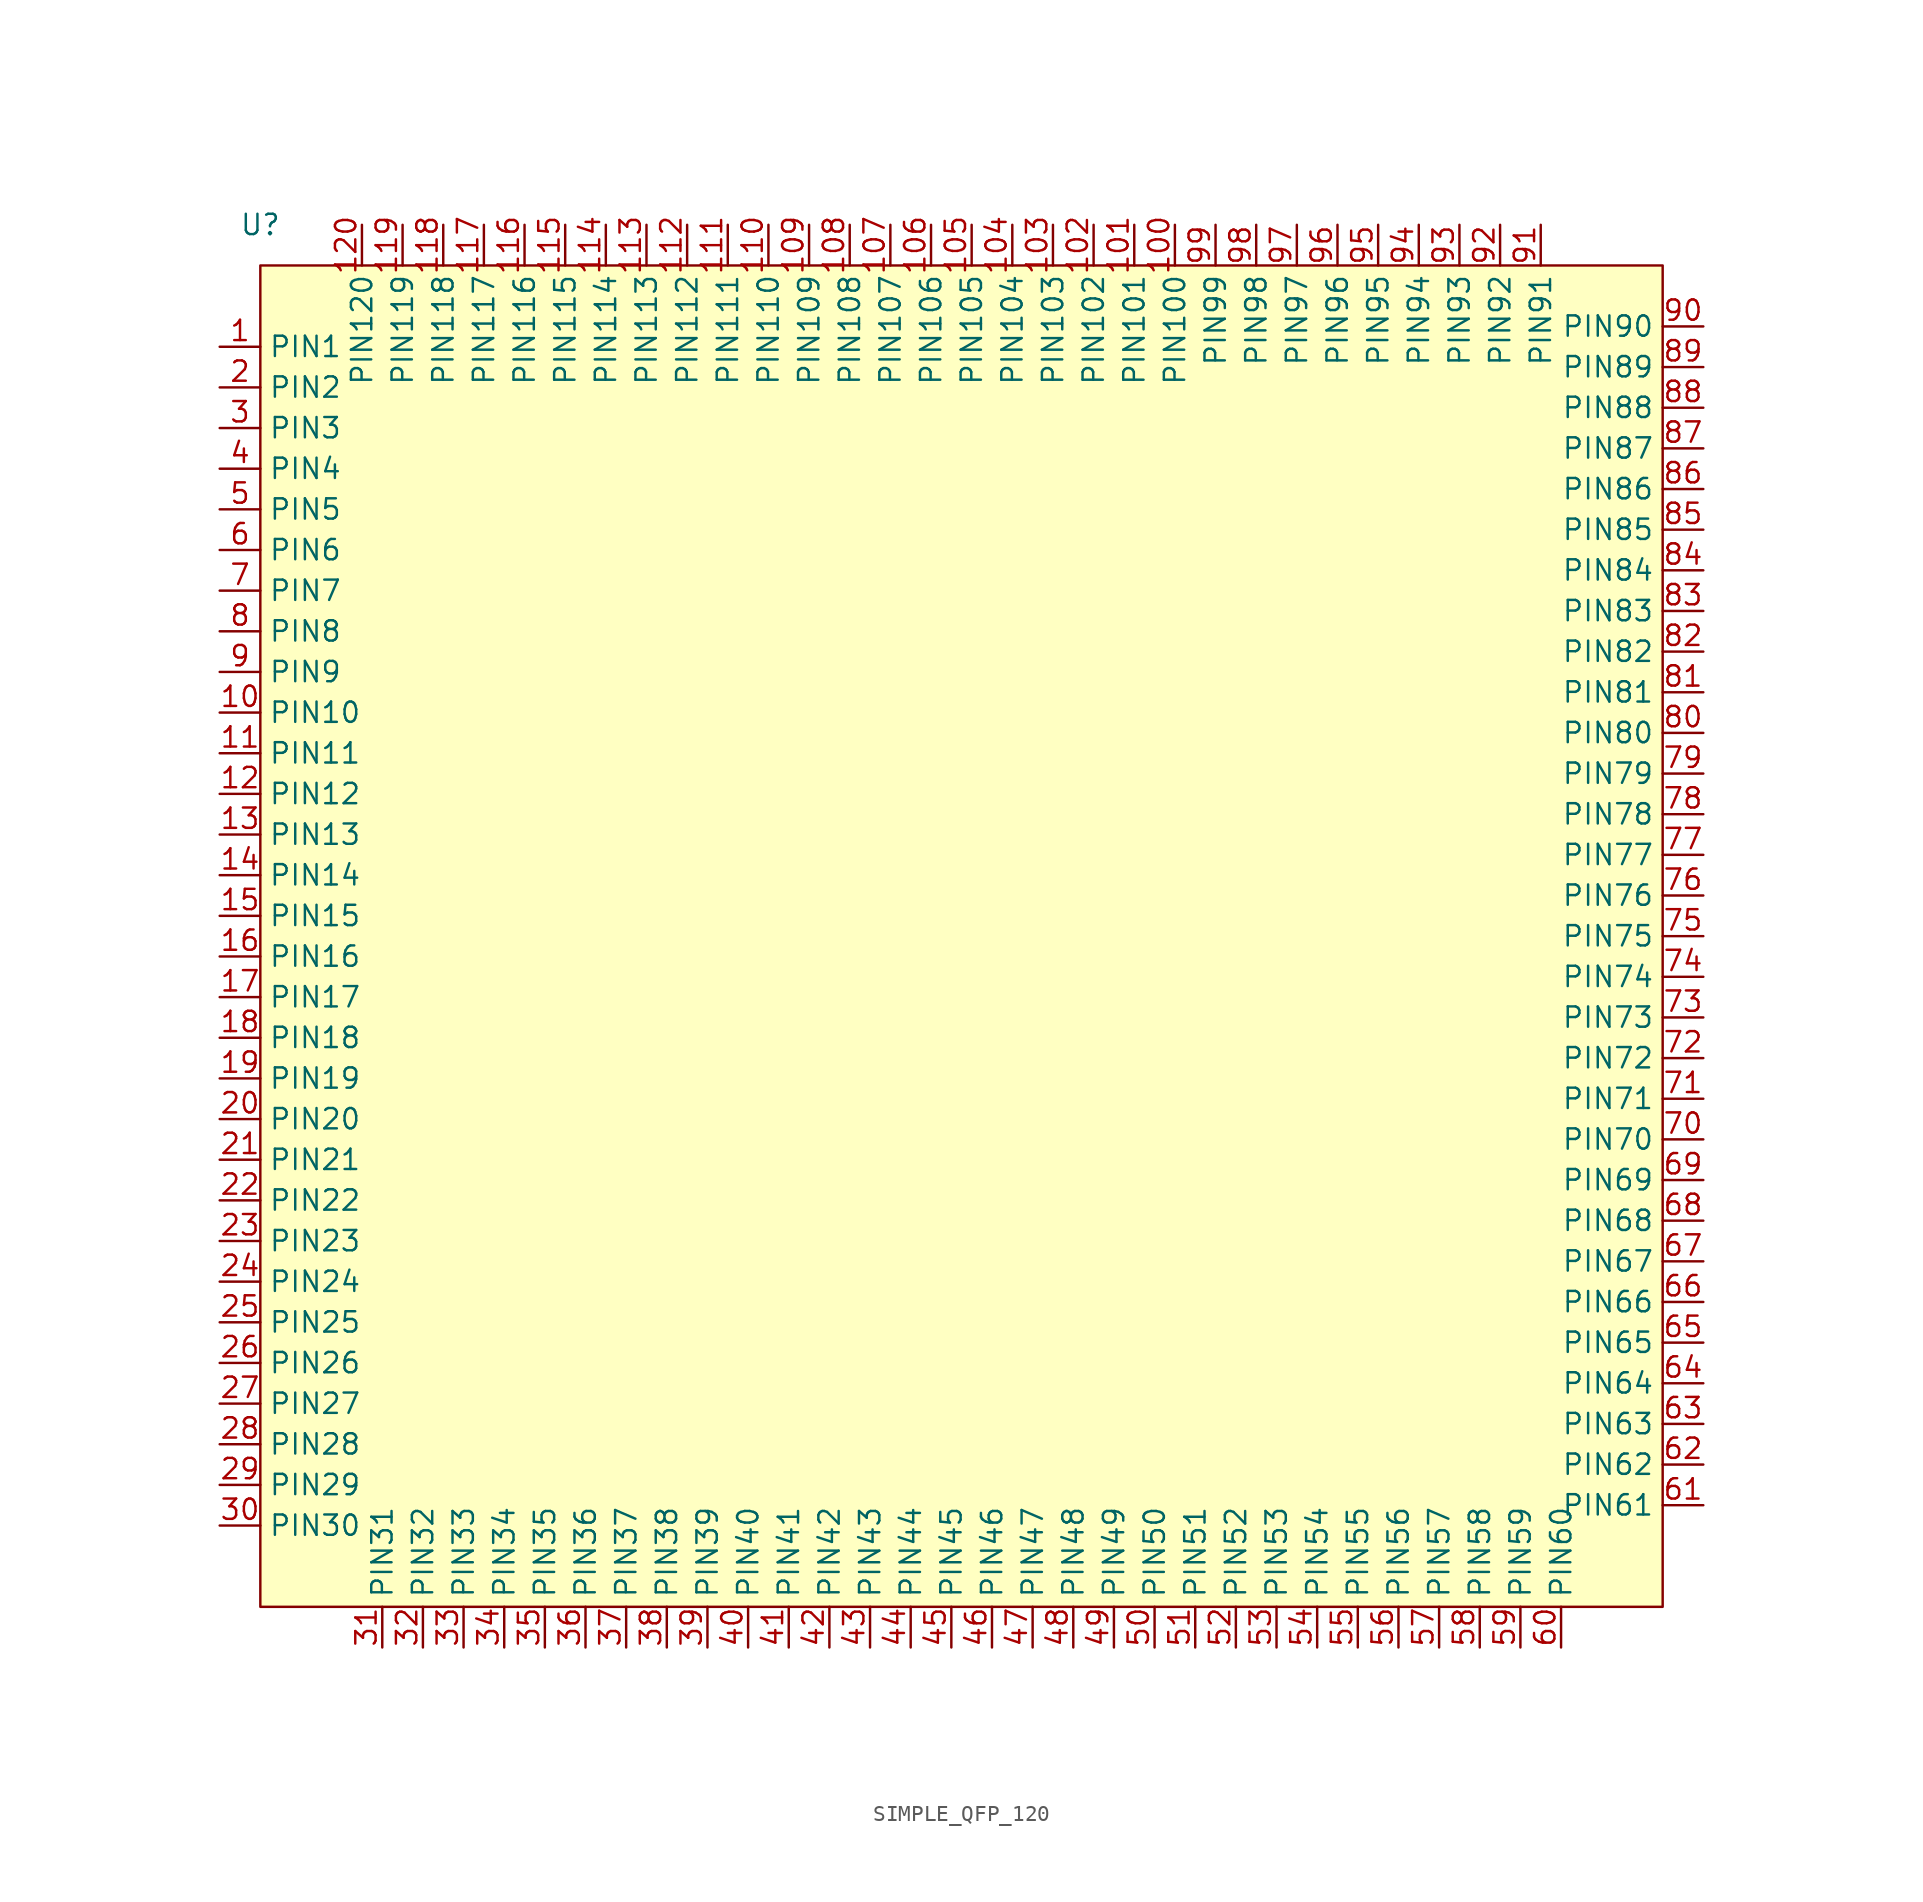
<source format=kicad_sym>
(kicad_symbol_lib
  (version 20220914)
  (generator kicad_symbol_editor)
  (symbol "SIMPLE_QFP_120"
    (property "Reference" "U"
      (at -41.91 44.45 0)
      (effects (font (size 1.27 1.27))))
    (property "Value" ""
      (at 38.1 2.54 0)
      (effects (font (size 1.27 1.27))))
    (symbol "SIMPLE_QFP_120_1_1"
      (rectangle (start -41.91 41.91) (end 45.72 -41.91) (stroke (width 0) (type default)) (fill (type background)))
      (pin input line (at -44.45 36.83 0) (length 2.54) (name "PIN1" (effects (font (size 1.27 1.27)))) (number "1" (effects (font (size 1.27 1.27)))))
      (pin input line (at -44.45 13.97 0) (length 2.54) (name "PIN10" (effects (font (size 1.27 1.27)))) (number "10" (effects (font (size 1.27 1.27)))))
      (pin unspecified line (at 15.24 44.45 270) (length 2.54) (name "PIN100" (effects (font (size 1.27 1.27)))) (number "100" (effects (font (size 1.27 1.27)))))
      (pin unspecified line (at 12.7 44.45 270) (length 2.54) (name "PIN101" (effects (font (size 1.27 1.27)))) (number "101" (effects (font (size 1.27 1.27)))))
      (pin unspecified line (at 10.16 44.45 270) (length 2.54) (name "PIN102" (effects (font (size 1.27 1.27)))) (number "102" (effects (font (size 1.27 1.27)))))
      (pin unspecified line (at 7.62 44.45 270) (length 2.54) (name "PIN103" (effects (font (size 1.27 1.27)))) (number "103" (effects (font (size 1.27 1.27)))))
      (pin unspecified line (at 5.08 44.45 270) (length 2.54) (name "PIN104" (effects (font (size 1.27 1.27)))) (number "104" (effects (font (size 1.27 1.27)))))
      (pin unspecified line (at 2.54 44.45 270) (length 2.54) (name "PIN105" (effects (font (size 1.27 1.27)))) (number "105" (effects (font (size 1.27 1.27)))))
      (pin unspecified line (at 0 44.45 270) (length 2.54) (name "PIN106" (effects (font (size 1.27 1.27)))) (number "106" (effects (font (size 1.27 1.27)))))
      (pin unspecified line (at -2.54 44.45 270) (length 2.54) (name "PIN107" (effects (font (size 1.27 1.27)))) (number "107" (effects (font (size 1.27 1.27)))))
      (pin unspecified line (at -5.08 44.45 270) (length 2.54) (name "PIN108" (effects (font (size 1.27 1.27)))) (number "108" (effects (font (size 1.27 1.27)))))
      (pin unspecified line (at -7.62 44.45 270) (length 2.54) (name "PIN109" (effects (font (size 1.27 1.27)))) (number "109" (effects (font (size 1.27 1.27)))))
      (pin input line (at -44.45 11.43 0) (length 2.54) (name "PIN11" (effects (font (size 1.27 1.27)))) (number "11" (effects (font (size 1.27 1.27)))))
      (pin unspecified line (at -10.16 44.45 270) (length 2.54) (name "PIN110" (effects (font (size 1.27 1.27)))) (number "110" (effects (font (size 1.27 1.27)))))
      (pin unspecified line (at -12.7 44.45 270) (length 2.54) (name "PIN111" (effects (font (size 1.27 1.27)))) (number "111" (effects (font (size 1.27 1.27)))))
      (pin unspecified line (at -15.24 44.45 270) (length 2.54) (name "PIN112" (effects (font (size 1.27 1.27)))) (number "112" (effects (font (size 1.27 1.27)))))
      (pin unspecified line (at -17.78 44.45 270) (length 2.54) (name "PIN113" (effects (font (size 1.27 1.27)))) (number "113" (effects (font (size 1.27 1.27)))))
      (pin unspecified line (at -20.32 44.45 270) (length 2.54) (name "PIN114" (effects (font (size 1.27 1.27)))) (number "114" (effects (font (size 1.27 1.27)))))
      (pin unspecified line (at -22.86 44.45 270) (length 2.54) (name "PIN115" (effects (font (size 1.27 1.27)))) (number "115" (effects (font (size 1.27 1.27)))))
      (pin unspecified line (at -25.4 44.45 270) (length 2.54) (name "PIN116" (effects (font (size 1.27 1.27)))) (number "116" (effects (font (size 1.27 1.27)))))
      (pin unspecified line (at -27.94 44.45 270) (length 2.54) (name "PIN117" (effects (font (size 1.27 1.27)))) (number "117" (effects (font (size 1.27 1.27)))))
      (pin unspecified line (at -30.48 44.45 270) (length 2.54) (name "PIN118" (effects (font (size 1.27 1.27)))) (number "118" (effects (font (size 1.27 1.27)))))
      (pin unspecified line (at -33.02 44.45 270) (length 2.54) (name "PIN119" (effects (font (size 1.27 1.27)))) (number "119" (effects (font (size 1.27 1.27)))))
      (pin input line (at -44.45 8.89 0) (length 2.54) (name "PIN12" (effects (font (size 1.27 1.27)))) (number "12" (effects (font (size 1.27 1.27)))))
      (pin unspecified line (at -35.56 44.45 270) (length 2.54) (name "PIN120" (effects (font (size 1.27 1.27)))) (number "120" (effects (font (size 1.27 1.27)))))
      (pin input line (at -44.45 6.35 0) (length 2.54) (name "PIN13" (effects (font (size 1.27 1.27)))) (number "13" (effects (font (size 1.27 1.27)))))
      (pin input line (at -44.45 3.81 0) (length 2.54) (name "PIN14" (effects (font (size 1.27 1.27)))) (number "14" (effects (font (size 1.27 1.27)))))
      (pin input line (at -44.45 1.27 0) (length 2.54) (name "PIN15" (effects (font (size 1.27 1.27)))) (number "15" (effects (font (size 1.27 1.27)))))
      (pin input line (at -44.45 -1.27 0) (length 2.54) (name "PIN16" (effects (font (size 1.27 1.27)))) (number "16" (effects (font (size 1.27 1.27)))))
      (pin input line (at -44.45 -3.81 0) (length 2.54) (name "PIN17" (effects (font (size 1.27 1.27)))) (number "17" (effects (font (size 1.27 1.27)))))
      (pin input line (at -44.45 -6.35 0) (length 2.54) (name "PIN18" (effects (font (size 1.27 1.27)))) (number "18" (effects (font (size 1.27 1.27)))))
      (pin input line (at -44.45 -8.89 0) (length 2.54) (name "PIN19" (effects (font (size 1.27 1.27)))) (number "19" (effects (font (size 1.27 1.27)))))
      (pin input line (at -44.45 34.29 0) (length 2.54) (name "PIN2" (effects (font (size 1.27 1.27)))) (number "2" (effects (font (size 1.27 1.27)))))
      (pin input line (at -44.45 -11.43 0) (length 2.54) (name "PIN20" (effects (font (size 1.27 1.27)))) (number "20" (effects (font (size 1.27 1.27)))))
      (pin input line (at -44.45 -13.97 0) (length 2.54) (name "PIN21" (effects (font (size 1.27 1.27)))) (number "21" (effects (font (size 1.27 1.27)))))
      (pin input line (at -44.45 -16.51 0) (length 2.54) (name "PIN22" (effects (font (size 1.27 1.27)))) (number "22" (effects (font (size 1.27 1.27)))))
      (pin input line (at -44.45 -19.05 0) (length 2.54) (name "PIN23" (effects (font (size 1.27 1.27)))) (number "23" (effects (font (size 1.27 1.27)))))
      (pin input line (at -44.45 -21.59 0) (length 2.54) (name "PIN24" (effects (font (size 1.27 1.27)))) (number "24" (effects (font (size 1.27 1.27)))))
      (pin input line (at -44.45 -24.13 0) (length 2.54) (name "PIN25" (effects (font (size 1.27 1.27)))) (number "25" (effects (font (size 1.27 1.27)))))
      (pin input line (at -44.45 -26.67 0) (length 2.54) (name "PIN26" (effects (font (size 1.27 1.27)))) (number "26" (effects (font (size 1.27 1.27)))))
      (pin input line (at -44.45 -29.21 0) (length 2.54) (name "PIN27" (effects (font (size 1.27 1.27)))) (number "27" (effects (font (size 1.27 1.27)))))
      (pin input line (at -44.45 -31.75 0) (length 2.54) (name "PIN28" (effects (font (size 1.27 1.27)))) (number "28" (effects (font (size 1.27 1.27)))))
      (pin input line (at -44.45 -34.29 0) (length 2.54) (name "PIN29" (effects (font (size 1.27 1.27)))) (number "29" (effects (font (size 1.27 1.27)))))
      (pin input line (at -44.45 31.75 0) (length 2.54) (name "PIN3" (effects (font (size 1.27 1.27)))) (number "3" (effects (font (size 1.27 1.27)))))
      (pin input line (at -44.45 -36.83 0) (length 2.54) (name "PIN30" (effects (font (size 1.27 1.27)))) (number "30" (effects (font (size 1.27 1.27)))))
      (pin unspecified line (at -34.29 -44.45 90) (length 2.54) (name "PIN31" (effects (font (size 1.27 1.27)))) (number "31" (effects (font (size 1.27 1.27)))))
      (pin unspecified line (at -31.75 -44.45 90) (length 2.54) (name "PIN32" (effects (font (size 1.27 1.27)))) (number "32" (effects (font (size 1.27 1.27)))))
      (pin unspecified line (at -29.21 -44.45 90) (length 2.54) (name "PIN33" (effects (font (size 1.27 1.27)))) (number "33" (effects (font (size 1.27 1.27)))))
      (pin unspecified line (at -26.67 -44.45 90) (length 2.54) (name "PIN34" (effects (font (size 1.27 1.27)))) (number "34" (effects (font (size 1.27 1.27)))))
      (pin unspecified line (at -24.13 -44.45 90) (length 2.54) (name "PIN35" (effects (font (size 1.27 1.27)))) (number "35" (effects (font (size 1.27 1.27)))))
      (pin unspecified line (at -21.59 -44.45 90) (length 2.54) (name "PIN36" (effects (font (size 1.27 1.27)))) (number "36" (effects (font (size 1.27 1.27)))))
      (pin unspecified line (at -19.05 -44.45 90) (length 2.54) (name "PIN37" (effects (font (size 1.27 1.27)))) (number "37" (effects (font (size 1.27 1.27)))))
      (pin unspecified line (at -16.51 -44.45 90) (length 2.54) (name "PIN38" (effects (font (size 1.27 1.27)))) (number "38" (effects (font (size 1.27 1.27)))))
      (pin unspecified line (at -13.97 -44.45 90) (length 2.54) (name "PIN39" (effects (font (size 1.27 1.27)))) (number "39" (effects (font (size 1.27 1.27)))))
      (pin input line (at -44.45 29.21 0) (length 2.54) (name "PIN4" (effects (font (size 1.27 1.27)))) (number "4" (effects (font (size 1.27 1.27)))))
      (pin unspecified line (at -11.43 -44.45 90) (length 2.54) (name "PIN40" (effects (font (size 1.27 1.27)))) (number "40" (effects (font (size 1.27 1.27)))))
      (pin unspecified line (at -8.89 -44.45 90) (length 2.54) (name "PIN41" (effects (font (size 1.27 1.27)))) (number "41" (effects (font (size 1.27 1.27)))))
      (pin unspecified line (at -6.35 -44.45 90) (length 2.54) (name "PIN42" (effects (font (size 1.27 1.27)))) (number "42" (effects (font (size 1.27 1.27)))))
      (pin unspecified line (at -3.81 -44.45 90) (length 2.54) (name "PIN43" (effects (font (size 1.27 1.27)))) (number "43" (effects (font (size 1.27 1.27)))))
      (pin unspecified line (at -1.27 -44.45 90) (length 2.54) (name "PIN44" (effects (font (size 1.27 1.27)))) (number "44" (effects (font (size 1.27 1.27)))))
      (pin unspecified line (at 1.27 -44.45 90) (length 2.54) (name "PIN45" (effects (font (size 1.27 1.27)))) (number "45" (effects (font (size 1.27 1.27)))))
      (pin unspecified line (at 3.81 -44.45 90) (length 2.54) (name "PIN46" (effects (font (size 1.27 1.27)))) (number "46" (effects (font (size 1.27 1.27)))))
      (pin unspecified line (at 6.35 -44.45 90) (length 2.54) (name "PIN47" (effects (font (size 1.27 1.27)))) (number "47" (effects (font (size 1.27 1.27)))))
      (pin unspecified line (at 8.89 -44.45 90) (length 2.54) (name "PIN48" (effects (font (size 1.27 1.27)))) (number "48" (effects (font (size 1.27 1.27)))))
      (pin unspecified line (at 11.43 -44.45 90) (length 2.54) (name "PIN49" (effects (font (size 1.27 1.27)))) (number "49" (effects (font (size 1.27 1.27)))))
      (pin input line (at -44.45 26.67 0) (length 2.54) (name "PIN5" (effects (font (size 1.27 1.27)))) (number "5" (effects (font (size 1.27 1.27)))))
      (pin unspecified line (at 13.97 -44.45 90) (length 2.54) (name "PIN50" (effects (font (size 1.27 1.27)))) (number "50" (effects (font (size 1.27 1.27)))))
      (pin unspecified line (at 16.51 -44.45 90) (length 2.54) (name "PIN51" (effects (font (size 1.27 1.27)))) (number "51" (effects (font (size 1.27 1.27)))))
      (pin unspecified line (at 19.05 -44.45 90) (length 2.54) (name "PIN52" (effects (font (size 1.27 1.27)))) (number "52" (effects (font (size 1.27 1.27)))))
      (pin unspecified line (at 21.59 -44.45 90) (length 2.54) (name "PIN53" (effects (font (size 1.27 1.27)))) (number "53" (effects (font (size 1.27 1.27)))))
      (pin unspecified line (at 24.13 -44.45 90) (length 2.54) (name "PIN54" (effects (font (size 1.27 1.27)))) (number "54" (effects (font (size 1.27 1.27)))))
      (pin unspecified line (at 26.67 -44.45 90) (length 2.54) (name "PIN55" (effects (font (size 1.27 1.27)))) (number "55" (effects (font (size 1.27 1.27)))))
      (pin unspecified line (at 29.21 -44.45 90) (length 2.54) (name "PIN56" (effects (font (size 1.27 1.27)))) (number "56" (effects (font (size 1.27 1.27)))))
      (pin unspecified line (at 31.75 -44.45 90) (length 2.54) (name "PIN57" (effects (font (size 1.27 1.27)))) (number "57" (effects (font (size 1.27 1.27)))))
      (pin unspecified line (at 34.29 -44.45 90) (length 2.54) (name "PIN58" (effects (font (size 1.27 1.27)))) (number "58" (effects (font (size 1.27 1.27)))))
      (pin unspecified line (at 36.83 -44.45 90) (length 2.54) (name "PIN59" (effects (font (size 1.27 1.27)))) (number "59" (effects (font (size 1.27 1.27)))))
      (pin input line (at -44.45 24.13 0) (length 2.54) (name "PIN6" (effects (font (size 1.27 1.27)))) (number "6" (effects (font (size 1.27 1.27)))))
      (pin unspecified line (at 39.37 -44.45 90) (length 2.54) (name "PIN60" (effects (font (size 1.27 1.27)))) (number "60" (effects (font (size 1.27 1.27)))))
      (pin unspecified line (at 48.26 -35.56 180) (length 2.54) (name "PIN61" (effects (font (size 1.27 1.27)))) (number "61" (effects (font (size 1.27 1.27)))))
      (pin unspecified line (at 48.26 -33.02 180) (length 2.54) (name "PIN62" (effects (font (size 1.27 1.27)))) (number "62" (effects (font (size 1.27 1.27)))))
      (pin unspecified line (at 48.26 -30.48 180) (length 2.54) (name "PIN63" (effects (font (size 1.27 1.27)))) (number "63" (effects (font (size 1.27 1.27)))))
      (pin unspecified line (at 48.26 -27.94 180) (length 2.54) (name "PIN64" (effects (font (size 1.27 1.27)))) (number "64" (effects (font (size 1.27 1.27)))))
      (pin unspecified line (at 48.26 -25.4 180) (length 2.54) (name "PIN65" (effects (font (size 1.27 1.27)))) (number "65" (effects (font (size 1.27 1.27)))))
      (pin unspecified line (at 48.26 -22.86 180) (length 2.54) (name "PIN66" (effects (font (size 1.27 1.27)))) (number "66" (effects (font (size 1.27 1.27)))))
      (pin unspecified line (at 48.26 -20.32 180) (length 2.54) (name "PIN67" (effects (font (size 1.27 1.27)))) (number "67" (effects (font (size 1.27 1.27)))))
      (pin unspecified line (at 48.26 -17.78 180) (length 2.54) (name "PIN68" (effects (font (size 1.27 1.27)))) (number "68" (effects (font (size 1.27 1.27)))))
      (pin unspecified line (at 48.26 -15.24 180) (length 2.54) (name "PIN69" (effects (font (size 1.27 1.27)))) (number "69" (effects (font (size 1.27 1.27)))))
      (pin input line (at -44.45 21.59 0) (length 2.54) (name "PIN7" (effects (font (size 1.27 1.27)))) (number "7" (effects (font (size 1.27 1.27)))))
      (pin unspecified line (at 48.26 -12.7 180) (length 2.54) (name "PIN70" (effects (font (size 1.27 1.27)))) (number "70" (effects (font (size 1.27 1.27)))))
      (pin unspecified line (at 48.26 -10.16 180) (length 2.54) (name "PIN71" (effects (font (size 1.27 1.27)))) (number "71" (effects (font (size 1.27 1.27)))))
      (pin unspecified line (at 48.26 -7.62 180) (length 2.54) (name "PIN72" (effects (font (size 1.27 1.27)))) (number "72" (effects (font (size 1.27 1.27)))))
      (pin unspecified line (at 48.26 -5.08 180) (length 2.54) (name "PIN73" (effects (font (size 1.27 1.27)))) (number "73" (effects (font (size 1.27 1.27)))))
      (pin unspecified line (at 48.26 -2.54 180) (length 2.54) (name "PIN74" (effects (font (size 1.27 1.27)))) (number "74" (effects (font (size 1.27 1.27)))))
      (pin unspecified line (at 48.26 0 180) (length 2.54) (name "PIN75" (effects (font (size 1.27 1.27)))) (number "75" (effects (font (size 1.27 1.27)))))
      (pin unspecified line (at 48.26 2.54 180) (length 2.54) (name "PIN76" (effects (font (size 1.27 1.27)))) (number "76" (effects (font (size 1.27 1.27)))))
      (pin unspecified line (at 48.26 5.08 180) (length 2.54) (name "PIN77" (effects (font (size 1.27 1.27)))) (number "77" (effects (font (size 1.27 1.27)))))
      (pin unspecified line (at 48.26 7.62 180) (length 2.54) (name "PIN78" (effects (font (size 1.27 1.27)))) (number "78" (effects (font (size 1.27 1.27)))))
      (pin unspecified line (at 48.26 10.16 180) (length 2.54) (name "PIN79" (effects (font (size 1.27 1.27)))) (number "79" (effects (font (size 1.27 1.27)))))
      (pin input line (at -44.45 19.05 0) (length 2.54) (name "PIN8" (effects (font (size 1.27 1.27)))) (number "8" (effects (font (size 1.27 1.27)))))
      (pin unspecified line (at 48.26 12.7 180) (length 2.54) (name "PIN80" (effects (font (size 1.27 1.27)))) (number "80" (effects (font (size 1.27 1.27)))))
      (pin unspecified line (at 48.26 15.24 180) (length 2.54) (name "PIN81" (effects (font (size 1.27 1.27)))) (number "81" (effects (font (size 1.27 1.27)))))
      (pin unspecified line (at 48.26 17.78 180) (length 2.54) (name "PIN82" (effects (font (size 1.27 1.27)))) (number "82" (effects (font (size 1.27 1.27)))))
      (pin unspecified line (at 48.26 20.32 180) (length 2.54) (name "PIN83" (effects (font (size 1.27 1.27)))) (number "83" (effects (font (size 1.27 1.27)))))
      (pin unspecified line (at 48.26 22.86 180) (length 2.54) (name "PIN84" (effects (font (size 1.27 1.27)))) (number "84" (effects (font (size 1.27 1.27)))))
      (pin unspecified line (at 48.26 25.4 180) (length 2.54) (name "PIN85" (effects (font (size 1.27 1.27)))) (number "85" (effects (font (size 1.27 1.27)))))
      (pin unspecified line (at 48.26 27.94 180) (length 2.54) (name "PIN86" (effects (font (size 1.27 1.27)))) (number "86" (effects (font (size 1.27 1.27)))))
      (pin unspecified line (at 48.26 30.48 180) (length 2.54) (name "PIN87" (effects (font (size 1.27 1.27)))) (number "87" (effects (font (size 1.27 1.27)))))
      (pin unspecified line (at 48.26 33.02 180) (length 2.54) (name "PIN88" (effects (font (size 1.27 1.27)))) (number "88" (effects (font (size 1.27 1.27)))))
      (pin unspecified line (at 48.26 35.56 180) (length 2.54) (name "PIN89" (effects (font (size 1.27 1.27)))) (number "89" (effects (font (size 1.27 1.27)))))
      (pin input line (at -44.45 16.51 0) (length 2.54) (name "PIN9" (effects (font (size 1.27 1.27)))) (number "9" (effects (font (size 1.27 1.27)))))
      (pin unspecified line (at 48.26 38.1 180) (length 2.54) (name "PIN90" (effects (font (size 1.27 1.27)))) (number "90" (effects (font (size 1.27 1.27)))))
      (pin unspecified line (at 38.1 44.45 270) (length 2.54) (name "PIN91" (effects (font (size 1.27 1.27)))) (number "91" (effects (font (size 1.27 1.27)))))
      (pin unspecified line (at 35.56 44.45 270) (length 2.54) (name "PIN92" (effects (font (size 1.27 1.27)))) (number "92" (effects (font (size 1.27 1.27)))))
      (pin unspecified line (at 33.02 44.45 270) (length 2.54) (name "PIN93" (effects (font (size 1.27 1.27)))) (number "93" (effects (font (size 1.27 1.27)))))
      (pin unspecified line (at 30.48 44.45 270) (length 2.54) (name "PIN94" (effects (font (size 1.27 1.27)))) (number "94" (effects (font (size 1.27 1.27)))))
      (pin unspecified line (at 27.94 44.45 270) (length 2.54) (name "PIN95" (effects (font (size 1.27 1.27)))) (number "95" (effects (font (size 1.27 1.27)))))
      (pin unspecified line (at 25.4 44.45 270) (length 2.54) (name "PIN96" (effects (font (size 1.27 1.27)))) (number "96" (effects (font (size 1.27 1.27)))))
      (pin unspecified line (at 22.86 44.45 270) (length 2.54) (name "PIN97" (effects (font (size 1.27 1.27)))) (number "97" (effects (font (size 1.27 1.27)))))
      (pin unspecified line (at 20.32 44.45 270) (length 2.54) (name "PIN98" (effects (font (size 1.27 1.27)))) (number "98" (effects (font (size 1.27 1.27)))))
      (pin unspecified line (at 17.78 44.45 270) (length 2.54) (name "PIN99" (effects (font (size 1.27 1.27)))) (number "99" (effects (font (size 1.27 1.27))))))))
</source>
